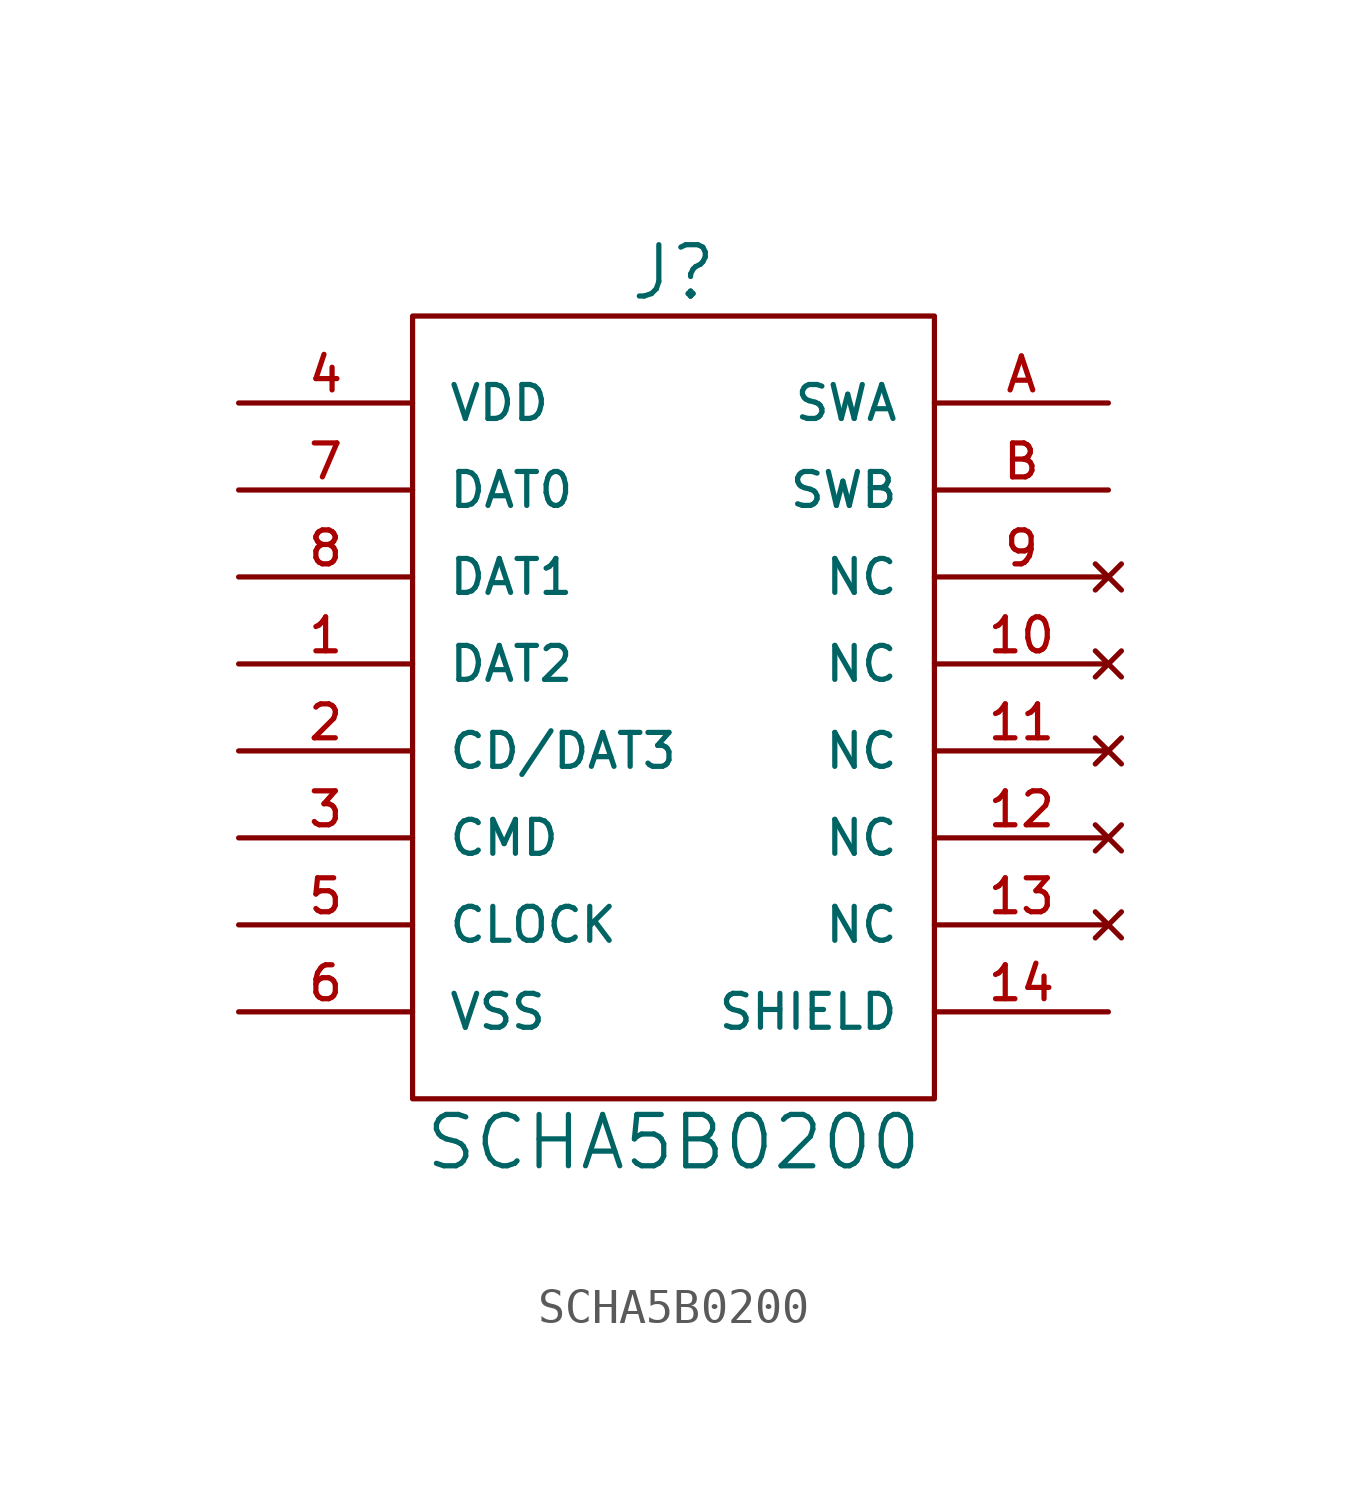
<source format=kicad_sym>
(kicad_symbol_lib
  (version 20220914)
  (generator kicad_symbol_editor)
  (symbol "SCHA5B0200"
    (pin_names
      (offset 1.016))
    (property "Reference" "J"
      (at 7.62 24.13 0)
      (effects (font (size 1.499 1.499))))
    (property "Value" "SCHA5B0200"
      (at 7.62 -1.27 0)
      (effects (font (size 1.499 1.499))))
    (property "Datasheet" ""
      (at 6.35 16.51 0)
      (effects (font (size 1.499 1.499))))
    (symbol "SCHA5B0200_0_1"
      (rectangle (start 0 22.86) (end 15.24 0) (stroke (width 0) (type solid)) (fill (type none))))
    (symbol "SCHA5B0200_1_1"
      (pin bidirectional line (at -5.08 12.7 0) (length 5.08) (name "DAT2" (effects (font (size 0.991 0.991)))) (number "1" (effects (font (size 0.991 0.991)))))
      (pin no_connect line (at 20.32 12.7 180) (length 5.08) (name "NC" (effects (font (size 0.991 0.991)))) (number "10" (effects (font (size 0.991 0.991)))))
      (pin no_connect line (at 20.32 10.16 180) (length 5.08) (name "NC" (effects (font (size 0.991 0.991)))) (number "11" (effects (font (size 0.991 0.991)))))
      (pin no_connect line (at 20.32 7.62 180) (length 5.08) (name "NC" (effects (font (size 0.991 0.991)))) (number "12" (effects (font (size 0.991 0.991)))))
      (pin no_connect line (at 20.32 5.08 180) (length 5.08) (name "NC" (effects (font (size 0.991 0.991)))) (number "13" (effects (font (size 0.991 0.991)))))
      (pin power_in line (at 20.32 2.54 180) (length 5.08) (name "SHIELD" (effects (font (size 0.991 0.991)))) (number "14" (effects (font (size 0.991 0.991)))))
      (pin bidirectional line (at -5.08 10.16 0) (length 5.08) (name "CD/DAT3" (effects (font (size 0.991 0.991)))) (number "2" (effects (font (size 0.991 0.991)))))
      (pin input line (at -5.08 7.62 0) (length 5.08) (name "CMD" (effects (font (size 0.991 0.991)))) (number "3" (effects (font (size 0.991 0.991)))))
      (pin power_in line (at -5.08 20.32 0) (length 5.08) (name "VDD" (effects (font (size 0.991 0.991)))) (number "4" (effects (font (size 0.991 0.991)))))
      (pin input line (at -5.08 5.08 0) (length 5.08) (name "CLOCK" (effects (font (size 0.991 0.991)))) (number "5" (effects (font (size 0.991 0.991)))))
      (pin power_in line (at -5.08 2.54 0) (length 5.08) (name "VSS" (effects (font (size 0.991 0.991)))) (number "6" (effects (font (size 0.991 0.991)))))
      (pin bidirectional line (at -5.08 17.78 0) (length 5.08) (name "DAT0" (effects (font (size 0.991 0.991)))) (number "7" (effects (font (size 0.991 0.991)))))
      (pin bidirectional line (at -5.08 15.24 0) (length 5.08) (name "DAT1" (effects (font (size 0.991 0.991)))) (number "8" (effects (font (size 0.991 0.991)))))
      (pin no_connect line (at 20.32 15.24 180) (length 5.08) (name "NC" (effects (font (size 0.991 0.991)))) (number "9" (effects (font (size 0.991 0.991)))))
      (pin passive line (at 20.32 20.32 180) (length 5.08) (name "SWA" (effects (font (size 0.991 0.991)))) (number "A" (effects (font (size 0.991 0.991)))))
      (pin passive line (at 20.32 17.78 180) (length 5.08) (name "SWB" (effects (font (size 0.991 0.991)))) (number "B" (effects (font (size 0.991 0.991))))))))
</source>
